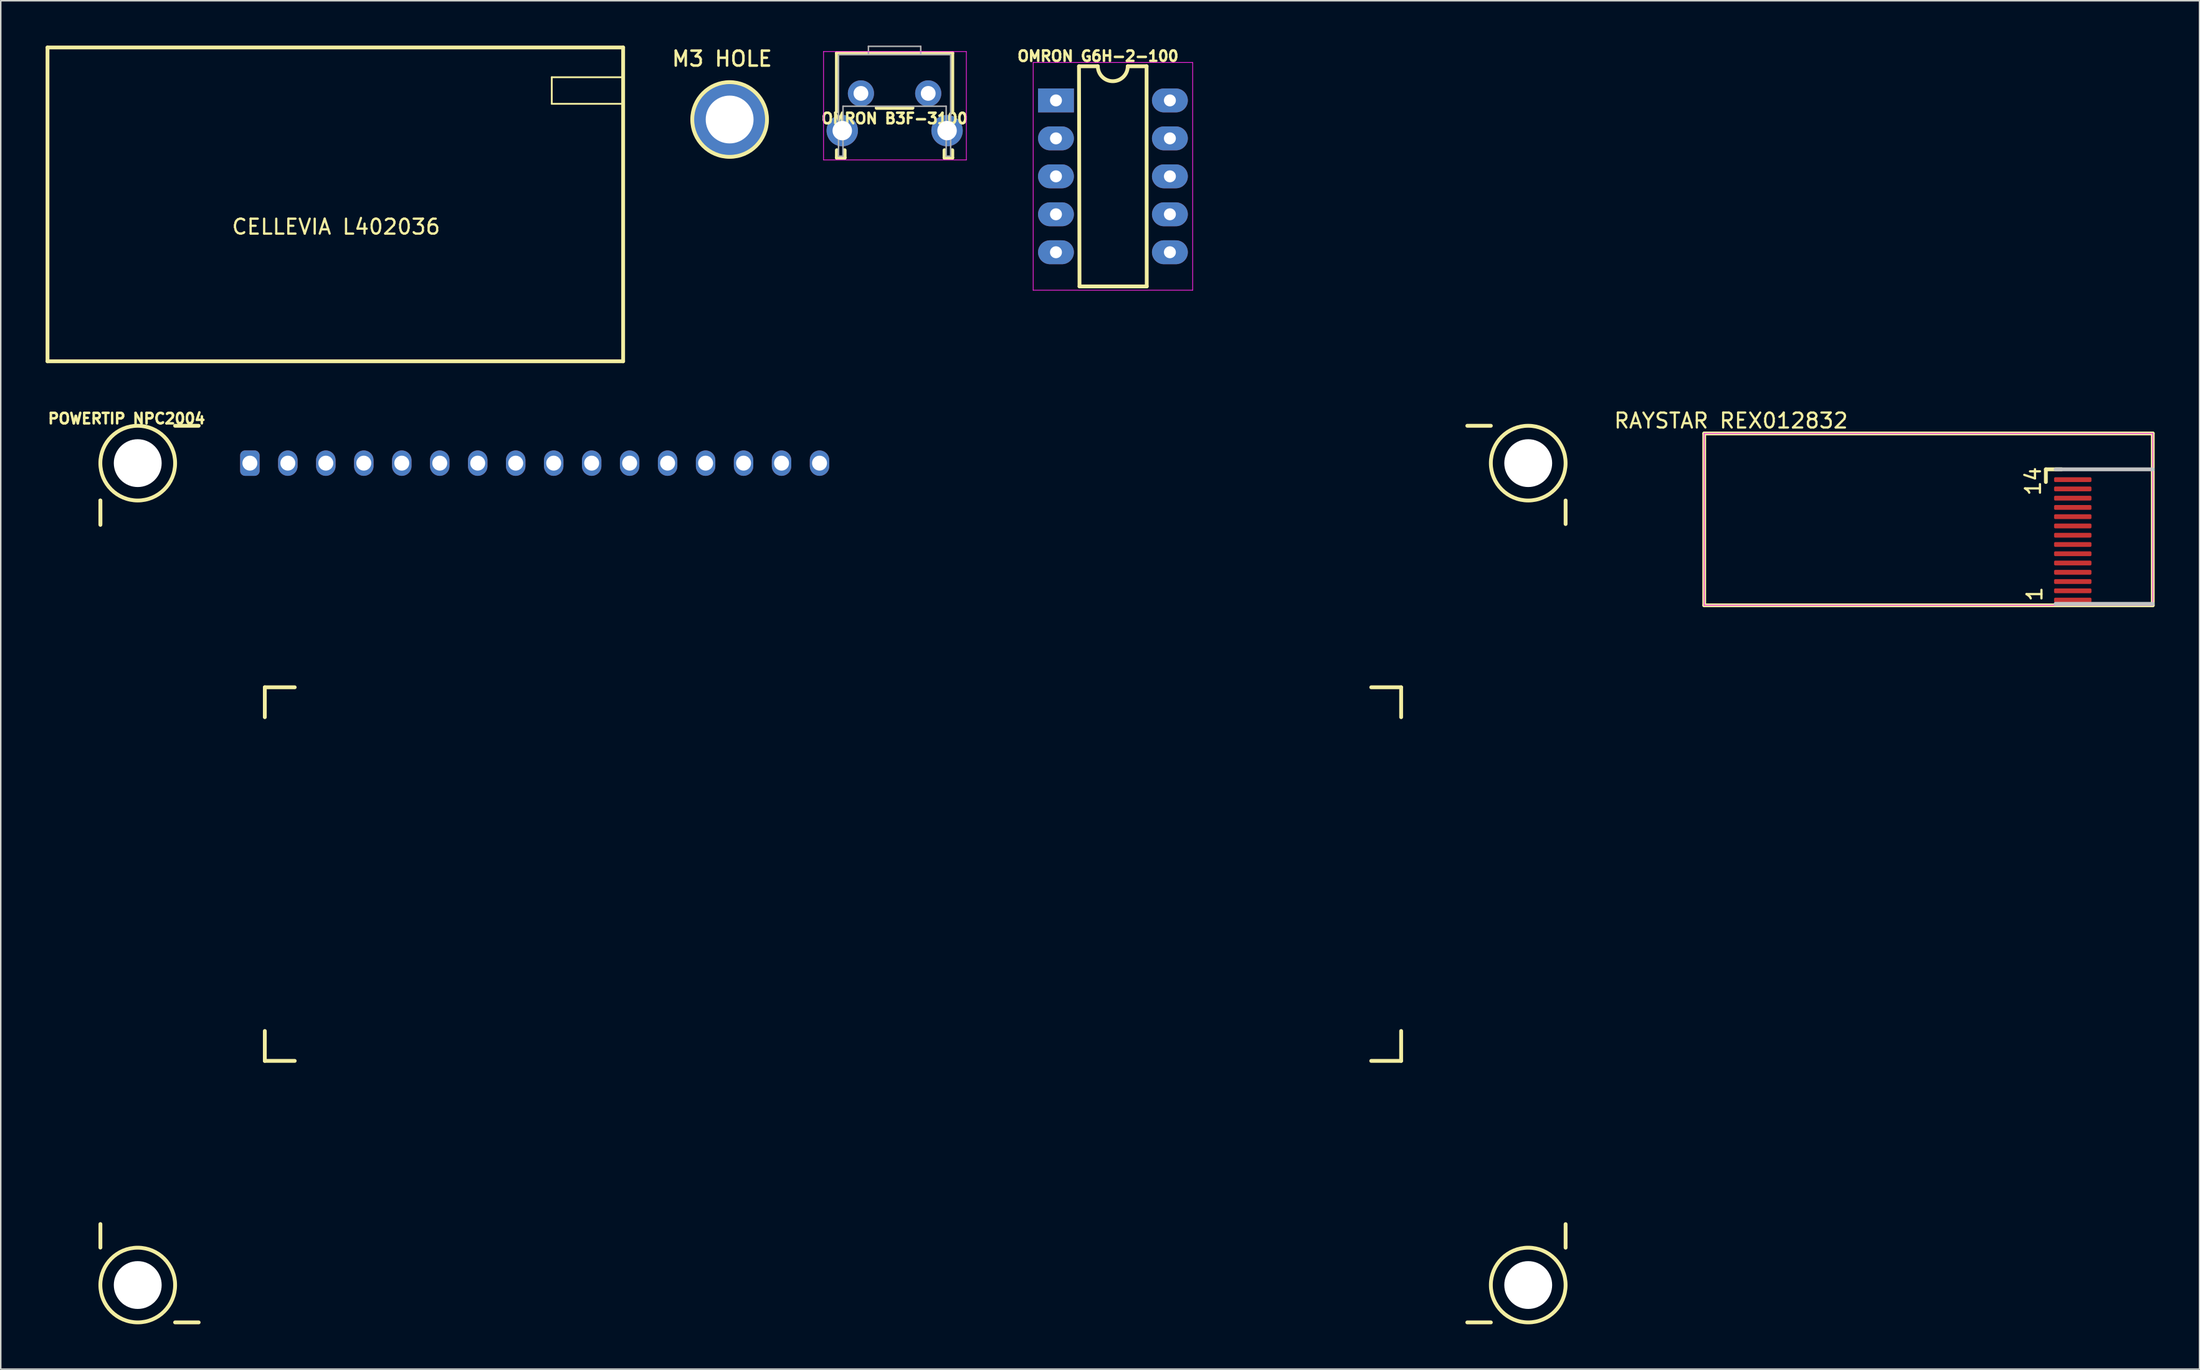
<source format=kicad_pcb>
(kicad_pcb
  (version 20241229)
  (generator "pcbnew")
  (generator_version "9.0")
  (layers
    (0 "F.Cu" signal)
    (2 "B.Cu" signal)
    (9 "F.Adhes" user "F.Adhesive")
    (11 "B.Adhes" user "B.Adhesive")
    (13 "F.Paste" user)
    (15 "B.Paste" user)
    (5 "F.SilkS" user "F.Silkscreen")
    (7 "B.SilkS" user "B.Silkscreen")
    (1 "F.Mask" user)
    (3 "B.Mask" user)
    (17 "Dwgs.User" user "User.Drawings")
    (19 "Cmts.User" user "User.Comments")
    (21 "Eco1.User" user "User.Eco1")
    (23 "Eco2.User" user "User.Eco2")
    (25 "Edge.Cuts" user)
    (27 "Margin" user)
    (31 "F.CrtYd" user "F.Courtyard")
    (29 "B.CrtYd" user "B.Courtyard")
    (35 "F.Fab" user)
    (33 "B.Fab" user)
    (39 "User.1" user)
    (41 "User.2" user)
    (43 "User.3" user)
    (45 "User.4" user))
  (footprint "OMRON B3F-3100"
    (layer "F.Cu")
    (at 56.782 3.2)
    (property "Reference" "OMRON B3F-3100" (at 0 1.68 0) (layer "F.SilkS") (effects (font (size 0.7 0.7) (thickness 0.17))))
    (attr through_hole)
    (fp_line (start -3.86 -2.7) (end -3.86 1.2) (stroke (width 0.254) (type solid)) (layer "F.SilkS"))
    (fp_line (start -3.86 -2.7) (end 3.86 -2.7) (stroke (width 0.254) (type solid)) (layer "F.SilkS"))
    (fp_line (start -3.86 3.8) (end -3.86 4.31) (stroke (width 0.254) (type solid)) (layer "F.SilkS"))
    (fp_line (start -3.86 4.31) (end -3.34 4.31) (stroke (width 0.254) (type solid)) (layer "F.SilkS"))
    (fp_line (start -3.34 3.8) (end -3.34 4.31) (stroke (width 0.254) (type solid)) (layer "F.SilkS"))
    (fp_line (start -1.2 0.97) (end 1.2 0.97) (stroke (width 0.254) (type solid)) (layer "F.SilkS"))
    (fp_line (start 3.34 3.8) (end 3.34 4.31) (stroke (width 0.254) (type solid)) (layer "F.SilkS"))
    (fp_line (start 3.34 4.31) (end 3.86 4.31) (stroke (width 0.254) (type solid)) (layer "F.SilkS"))
    (fp_line (start 3.86 -2.7) (end 3.86 1.2) (stroke (width 0.254) (type solid)) (layer "F.SilkS"))
    (fp_line (start 3.86 3.8) (end 3.86 4.31) (stroke (width 0.254) (type solid)) (layer "F.SilkS"))
    (fp_line (start -0.5 0) (end 0.5 0) (stroke (width 0.254) (type solid)) (layer "Eco1.User"))
    (fp_line (start 0 -0.5) (end 0 0.5) (stroke (width 0.254) (type solid)) (layer "Eco1.User"))
    (fp_line (start -4.75 -2.8) (end 4.8 -2.8) (stroke (width 0.05) (type solid)) (layer "F.CrtYd"))
    (fp_line (start -4.75 4.45) (end -4.75 -2.8) (stroke (width 0.05) (type solid)) (layer "F.CrtYd"))
    (fp_line (start 4.8 -2.8) (end 4.8 4.45) (stroke (width 0.05) (type solid)) (layer "F.CrtYd"))
    (fp_line (start 4.8 4.45) (end -4.75 4.45) (stroke (width 0.05) (type solid)) (layer "F.CrtYd"))
    (fp_line (start -3.75 -2.59) (end 3.75 -2.59) (stroke (width 0.1) (type solid)) (layer "F.Fab"))
    (fp_line (start -3.75 4.2) (end -3.75 -2.59) (stroke (width 0.1) (type solid)) (layer "F.Fab"))
    (fp_line (start -3.75 4.2) (end -3.45 4.2) (stroke (width 0.1) (type solid)) (layer "F.Fab"))
    (fp_line (start -3.45 0.86) (end 3.45 0.86) (stroke (width 0.1) (type solid)) (layer "F.Fab"))
    (fp_line (start -3.45 4.2) (end -3.45 0.86) (stroke (width 0.1) (type solid)) (layer "F.Fab"))
    (fp_line (start -1.75 -3.15) (end -1.75 -2.59) (stroke (width 0.1) (type solid)) (layer "F.Fab"))
    (fp_line (start -1.75 -3.15) (end 1.75 -3.15) (stroke (width 0.1) (type solid)) (layer "F.Fab"))
    (fp_line (start 1.75 -3.15) (end 1.75 -2.59) (stroke (width 0.1) (type solid)) (layer "F.Fab"))
    (fp_line (start 3.45 4.2) (end 3.45 0.86) (stroke (width 0.1) (type solid)) (layer "F.Fab"))
    (fp_line (start 3.45 4.2) (end 3.75 4.2) (stroke (width 0.1) (type solid)) (layer "F.Fab"))
    (fp_line (start 3.75 4.2) (end 3.75 -2.59) (stroke (width 0.1) (type solid)) (layer "F.Fab"))
    (pad "" thru_hole circle (at -3.5 2.49) (size 2.1 2.1) (drill 1.3) (layers "*.Cu" "*.Mask"))
    (pad "" thru_hole circle (at 3.51 2.49) (size 2.1 2.1) (drill 1.3) (layers "*.Cu" "*.Mask"))
    (pad "1" thru_hole circle (at -2.25 0) (size 1.75 1.75) (drill 0.99) (layers "*.Cu" "*.Mask"))
    (pad "2" thru_hole circle (at 2.25 0) (size 1.75 1.75) (drill 0.99) (layers "*.Cu" "*.Mask")))
  (footprint "RAYSTAR REX012832"
    (layer "F.Cu")
    (at 125.933 31.706)
    (property "Reference" "RAYSTAR REX012832" (at -13.208 -6.604 0) (layer "F.SilkS") (effects (font (size 1 1) (thickness 0.15))))
    (attr through_hole)
    (fp_line (start -15 -5.75) (end 15 -5.75) (stroke (width 0.254) (type solid)) (layer "F.SilkS"))
    (fp_line (start -15 5.75) (end -15 -5.75) (stroke (width 0.254) (type solid)) (layer "F.SilkS"))
    (fp_line (start 7.85 -3.35) (end 7.85 -2.5) (stroke (width 0.254) (type solid)) (layer "F.SilkS"))
    (fp_line (start 8.9 -3.35) (end 7.85 -3.35) (stroke (width 0.254) (type solid)) (layer "F.SilkS"))
    (fp_line (start 15 -5.75) (end 15 5.75) (stroke (width 0.254) (type solid)) (layer "F.SilkS"))
    (fp_line (start 15 5.75) (end -15 5.75) (stroke (width 0.254) (type solid)) (layer "F.SilkS"))
    (fp_line (start 15 -3.35) (end 8.5 -3.35) (stroke (width 0.254) (type solid)) (layer "Dwgs.User"))
    (fp_line (start 15 5.65) (end 8.5 5.65) (stroke (width 0.254) (type solid)) (layer "Dwgs.User"))
    (fp_line (start 0 -0.3) (end 0 0.3) (stroke (width 0.254) (type solid)) (layer "Eco1.User"))
    (fp_line (start 0.3 0) (end -0.3 0) (stroke (width 0.254) (type solid)) (layer "Eco1.User"))
    (fp_line (start -15 -5.75) (end -15 5.75) (stroke (width 0.05) (type solid)) (layer "F.CrtYd"))
    (fp_line (start -15 -5.75) (end 15 -5.75) (stroke (width 0.05) (type solid)) (layer "F.CrtYd"))
    (fp_line (start -15 5.75) (end 15 5.75) (stroke (width 0.05) (type solid)) (layer "F.CrtYd"))
    (fp_line (start 15 -5.75) (end 15 5.75) (stroke (width 0.05) (type solid)) (layer "F.CrtYd"))
    (fp_text user "14" (at 7 -2.55 90) (layer "F.SilkS") (effects (font (size 1 1) (thickness 0.15))))
    (fp_text user "1" (at 7.1 5 270) (layer "F.SilkS") (effects (font (size 1 1) (thickness 0.15))))
    (pad "1" smd roundrect (at 9.65 5.4) (size 2.5 0.32) (layers "F.Cu" "F.Mask" "F.Paste") (roundrect_rratio 0.25))
    (pad "2" smd roundrect (at 9.65 4.78) (size 2.5 0.32) (layers "F.Cu" "F.Mask" "F.Paste") (roundrect_rratio 0.25))
    (pad "3" smd roundrect (at 9.65 4.16) (size 2.5 0.32) (layers "F.Cu" "F.Mask" "F.Paste") (roundrect_rratio 0.25))
    (pad "4" smd roundrect (at 9.65 3.54) (size 2.5 0.32) (layers "F.Cu" "F.Mask" "F.Paste") (roundrect_rratio 0.25))
    (pad "5" smd roundrect (at 9.65 2.92) (size 2.5 0.32) (layers "F.Cu" "F.Mask" "F.Paste") (roundrect_rratio 0.25))
    (pad "6" smd roundrect (at 9.65 2.3) (size 2.5 0.32) (layers "F.Cu" "F.Mask" "F.Paste") (roundrect_rratio 0.25))
    (pad "7" smd roundrect (at 9.65 1.68) (size 2.5 0.32) (layers "F.Cu" "F.Mask" "F.Paste") (roundrect_rratio 0.25))
    (pad "8" smd roundrect (at 9.65 1.06) (size 2.5 0.32) (layers "F.Cu" "F.Mask" "F.Paste") (roundrect_rratio 0.25))
    (pad "9" smd roundrect (at 9.65 0.44) (size 2.5 0.32) (layers "F.Cu" "F.Mask" "F.Paste") (roundrect_rratio 0.25))
    (pad "10" smd roundrect (at 9.65 -0.18) (size 2.5 0.32) (layers "F.Cu" "F.Mask" "F.Paste") (roundrect_rratio 0.25))
    (pad "11" smd roundrect (at 9.65 -0.8) (size 2.5 0.32) (layers "F.Cu" "F.Mask" "F.Paste") (roundrect_rratio 0.25))
    (pad "12" smd roundrect (at 9.65 -1.42) (size 2.5 0.32) (layers "F.Cu" "F.Mask" "F.Paste") (roundrect_rratio 0.25))
    (pad "13" smd roundrect (at 9.65 -2.04) (size 2.5 0.32) (layers "F.Cu" "F.Mask" "F.Paste") (roundrect_rratio 0.25))
    (pad "14" smd roundrect (at 9.65 -2.66) (size 2.5 0.32) (layers "F.Cu" "F.Mask" "F.Paste") (roundrect_rratio 0.25)))
  (footprint "POWERTIP NPC2004"
    (layer "F.Cu")
    (at 52.662 55.442)
    (property "Reference" "POWERTIP NPC2004" (at -47.244 -30.48 0) (layer "F.SilkS") (effects (font (size 0.7 0.7) (thickness 0.17))))
    (attr through_hole)
    (fp_line (start -49 -25) (end -49 -23.425) (stroke (width 0.256) (type solid)) (layer "F.SilkS"))
    (fp_line (start -49 -25) (end -48.997 -23.368) (stroke (width 0.254) (type solid)) (layer "F.SilkS"))
    (fp_line (start -48.997 23.419) (end -48.997 24.994) (stroke (width 0.256) (type solid)) (layer "F.SilkS"))
    (fp_line (start -44 -30) (end -42.425 -30) (stroke (width 0.256) (type solid)) (layer "F.SilkS"))
    (fp_line (start -44 30) (end -42.425 30) (stroke (width 0.256) (type solid)) (layer "F.SilkS"))
    (fp_line (start -38 -12.5) (end -36 -12.5) (stroke (width 0.256) (type solid)) (layer "F.SilkS"))
    (fp_line (start -38 -10.5) (end -38 -12.5) (stroke (width 0.256) (type solid)) (layer "F.SilkS"))
    (fp_line (start -38 12.5) (end -38 10.5) (stroke (width 0.256) (type solid)) (layer "F.SilkS"))
    (fp_line (start -36 12.5) (end -38 12.5) (stroke (width 0.256) (type solid)) (layer "F.SilkS"))
    (fp_line (start 36 -12.5) (end 38 -12.5) (stroke (width 0.256) (type solid)) (layer "F.SilkS"))
    (fp_line (start 38 -12.5) (end 38 -10.5) (stroke (width 0.256) (type solid)) (layer "F.SilkS"))
    (fp_line (start 38 10.5) (end 38 12.5) (stroke (width 0.256) (type solid)) (layer "F.SilkS"))
    (fp_line (start 38 12.5) (end 36 12.5) (stroke (width 0.256) (type solid)) (layer "F.SilkS"))
    (fp_line (start 42.425 -30) (end 44 -30) (stroke (width 0.256) (type solid)) (layer "F.SilkS"))
    (fp_line (start 42.425 30) (end 44 30) (stroke (width 0.256) (type solid)) (layer "F.SilkS"))
    (fp_line (start 49 -25) (end 49 -23.425) (stroke (width 0.256) (type solid)) (layer "F.SilkS"))
    (fp_line (start 49 23.425) (end 49 25) (stroke (width 0.256) (type solid)) (layer "F.SilkS"))
    (fp_circle (center -46.5 -27.5) (end -44 -27.5) (stroke (width 0.256) (type solid)) (fill no) (layer "F.SilkS"))
    (fp_circle (center -46.5 27.5) (end -44 27.5) (stroke (width 0.256) (type solid)) (fill no) (layer "F.SilkS"))
    (fp_circle (center 46.5 -27.5) (end 49 -27.5) (stroke (width 0.256) (type solid)) (fill no) (layer "F.SilkS"))
    (fp_circle (center 46.5 27.5) (end 49 27.5) (stroke (width 0.256) (type solid)) (fill no) (layer "F.SilkS"))
    (fp_line (start 0 -0.3) (end 0 0.3) (stroke (width 0.254) (type solid)) (layer "Eco1.User"))
    (fp_line (start 0.3 0) (end -0.3 0) (stroke (width 0.254) (type solid)) (layer "Eco1.User"))
    (pad "" np_thru_hole circle (at -46.5 -27.5) (size 3.2 3.2) (drill 3.2) (layers "*.Cu" "*.Mask"))
    (pad "" np_thru_hole circle (at -46.5 27.5) (size 3.2 3.2) (drill 3.2) (layers "*.Cu" "*.Mask"))
    (pad "" np_thru_hole circle (at 46.5 -27.5) (size 3.2 3.2) (drill 3.2) (layers "*.Cu" "*.Mask"))
    (pad "" np_thru_hole circle (at 46.5 27.5) (size 3.2 3.2) (drill 3.2) (layers "*.Cu" "*.Mask"))
    (pad "1" thru_hole roundrect (at -39 -27.5) (size 1.3 1.7) (drill 1) (layers "*.Cu" "*.Mask") (roundrect_rratio 0.25))
    (pad "2" thru_hole oval (at -36.46 -27.5) (size 1.3 1.7) (drill 1) (layers "*.Cu" "*.Mask"))
    (pad "3" thru_hole oval (at -33.92 -27.5) (size 1.3 1.7) (drill 1) (layers "*.Cu" "*.Mask"))
    (pad "4" thru_hole oval (at -31.38 -27.5) (size 1.3 1.7) (drill 1) (layers "*.Cu" "*.Mask"))
    (pad "5" thru_hole oval (at -28.84 -27.5) (size 1.3 1.7) (drill 1) (layers "*.Cu" "*.Mask"))
    (pad "6" thru_hole oval (at -26.3 -27.5) (size 1.3 1.7) (drill 1) (layers "*.Cu" "*.Mask"))
    (pad "7" thru_hole oval (at -23.76 -27.5) (size 1.3 1.7) (drill 1) (layers "*.Cu" "*.Mask"))
    (pad "8" thru_hole oval (at -21.22 -27.5) (size 1.3 1.7) (drill 1) (layers "*.Cu" "*.Mask"))
    (pad "9" thru_hole oval (at -18.68 -27.5) (size 1.3 1.7) (drill 1) (layers "*.Cu" "*.Mask"))
    (pad "10" thru_hole oval (at -16.14 -27.5) (size 1.3 1.7) (drill 1) (layers "*.Cu" "*.Mask"))
    (pad "11" thru_hole oval (at -13.6 -27.5) (size 1.3 1.7) (drill 1) (layers "*.Cu" "*.Mask"))
    (pad "12" thru_hole oval (at -11.06 -27.5) (size 1.3 1.7) (drill 1) (layers "*.Cu" "*.Mask"))
    (pad "13" thru_hole oval (at -8.52 -27.5) (size 1.3 1.7) (drill 1) (layers "*.Cu" "*.Mask"))
    (pad "14" thru_hole oval (at -5.98 -27.5) (size 1.3 1.7) (drill 1) (layers "*.Cu" "*.Mask"))
    (pad "15" thru_hole oval (at -3.44 -27.5) (size 1.3 1.7) (drill 1) (layers "*.Cu" "*.Mask"))
    (pad "16" thru_hole oval (at -0.9 -27.5) (size 1.3 1.7) (drill 1) (layers "*.Cu" "*.Mask")))
  (footprint "CELLEVIA L402036"
    (layer "F.Cu")
    (at 19.377 10.627)
    (property "Reference" "CELLEVIA L402036" (at 0.05 1.5 0) (layer "F.SilkS") (effects (font (size 1 1) (thickness 0.15))))
    (attr through_hole)
    (fp_line (start -19.25 -10.5) (end -19.25 10.5) (stroke (width 0.254) (type solid)) (layer "F.SilkS"))
    (fp_line (start -19.25 -10.5) (end 19.25 -10.5) (stroke (width 0.254) (type solid)) (layer "F.SilkS"))
    (fp_line (start -19.25 10.5) (end 19.25 10.5) (stroke (width 0.254) (type solid)) (layer "F.SilkS"))
    (fp_line (start 14.478 -8.509) (end 14.478 -6.731) (stroke (width 0.12) (type solid)) (layer "F.SilkS"))
    (fp_line (start 14.478 -6.731) (end 19.177 -6.731) (stroke (width 0.12) (type solid)) (layer "F.SilkS"))
    (fp_line (start 19.177 -8.509) (end 14.478 -8.509) (stroke (width 0.12) (type solid)) (layer "F.SilkS"))
    (fp_line (start 19.25 -10.5) (end 19.25 10.5) (stroke (width 0.254) (type solid)) (layer "F.SilkS"))
    (fp_line (start -0.3 0) (end 0.3 0) (stroke (width 0.254) (type solid)) (layer "Eco1.User"))
    (fp_line (start 0 -0.3) (end 0 0.3) (stroke (width 0.254) (type solid)) (layer "Eco1.User")))
  (footprint "OMRON G6H-2-100"
    (layer "F.Cu")
    (at 71.386 8.75)
    (property "Reference" "OMRON G6H-2-100" (at -1 -8.042 0) (layer "F.SilkS") (effects (font (size 0.7 0.7) (thickness 0.17))))
    (attr through_hole)
    (fp_line (start -2.27 -7.366) (end -2.235 7.366) (stroke (width 0.254) (type solid)) (layer "F.SilkS"))
    (fp_line (start -2.235 7.366) (end 2.261 7.366) (stroke (width 0.254) (type solid)) (layer "F.SilkS"))
    (fp_line (start -1.009 -7.366) (end -2.27 -7.366) (stroke (width 0.254) (type solid)) (layer "F.SilkS"))
    (fp_line (start 2.251 -7.366) (end 0.991 -7.366) (stroke (width 0.254) (type solid)) (layer "F.SilkS"))
    (fp_line (start 2.261 7.366) (end 2.251 -7.366) (stroke (width 0.254) (type solid)) (layer "F.SilkS"))
    (fp_arc (start 0.9906 -7.366) (mid -0.0094 -6.366) (end -1.0094 -7.366) (stroke (width 0.254) (type solid)) (layer "F.SilkS"))
    (fp_line (start 0 -0.3) (end 0 0.3) (stroke (width 0.128) (type solid)) (layer "Eco1.User"))
    (fp_line (start 0.3 0) (end -0.3 0) (stroke (width 0.128) (type solid)) (layer "Eco1.User"))
    (fp_line (start -5.334 -7.62) (end -5.334 7.62) (stroke (width 0.05) (type solid)) (layer "F.CrtYd"))
    (fp_line (start -5.334 -7.62) (end 5.334 -7.62) (stroke (width 0.05) (type solid)) (layer "F.CrtYd"))
    (fp_line (start -5.334 7.62) (end 5.334 7.62) (stroke (width 0.05) (type solid)) (layer "F.CrtYd"))
    (fp_line (start 5.334 -7.62) (end 5.334 7.62) (stroke (width 0.05) (type solid)) (layer "F.CrtYd"))
    (pad "1" thru_hole rect (at -3.81 -5.08) (size 2.4 1.6) (drill 0.8) (layers "*.Cu" "*.Mask"))
    (pad "2" thru_hole oval (at -3.81 -2.54) (size 2.4 1.6) (drill 0.8) (layers "*.Cu" "*.Mask"))
    (pad "3" thru_hole oval (at -3.81 0) (size 2.4 1.6) (drill 0.8) (layers "*.Cu" "*.Mask"))
    (pad "4" thru_hole oval (at -3.81 2.54) (size 2.4 1.6) (drill 0.8) (layers "*.Cu" "*.Mask"))
    (pad "5" thru_hole oval (at -3.81 5.08) (size 2.4 1.6) (drill 0.8) (layers "*.Cu" "*.Mask"))
    (pad "6" thru_hole oval (at 3.81 5.08) (size 2.4 1.6) (drill 0.8) (layers "*.Cu" "*.Mask"))
    (pad "7" thru_hole oval (at 3.81 2.54) (size 2.4 1.6) (drill 0.8) (layers "*.Cu" "*.Mask"))
    (pad "8" thru_hole oval (at 3.81 0) (size 2.4 1.6) (drill 0.8) (layers "*.Cu" "*.Mask"))
    (pad "9" thru_hole oval (at 3.81 -2.54) (size 2.4 1.6) (drill 0.8) (layers "*.Cu" "*.Mask"))
    (pad "10" thru_hole oval (at 3.81 -5.08) (size 2.4 1.6) (drill 0.8) (layers "*.Cu" "*.Mask")))
  (footprint "M3 HOLE"
    (layer "F.Cu")
    (at 45.75 4.947)
    (property "Reference" "M3 HOLE" (at -0.508 -4.064 0) (unlocked yes) (layer "F.SilkS") (effects (font (size 1 1) (thickness 0.17))))
    (attr through_hole)
    (fp_circle (center 0 0) (end 2.5 0) (stroke (width 0.256) (type solid)) (fill no) (layer "F.SilkS"))
    (pad "" np_thru_hole circle (at 0 0) (size 5 5) (drill 3.2) (layers "*.Cu" "*.Mask")))
  (gr_rect
    (start -3 -3)
    (end 144.06 88.57)
    (stroke (width 0.1) (type default))
    (fill no)
    (layer "Edge.Cuts")))
</source>
